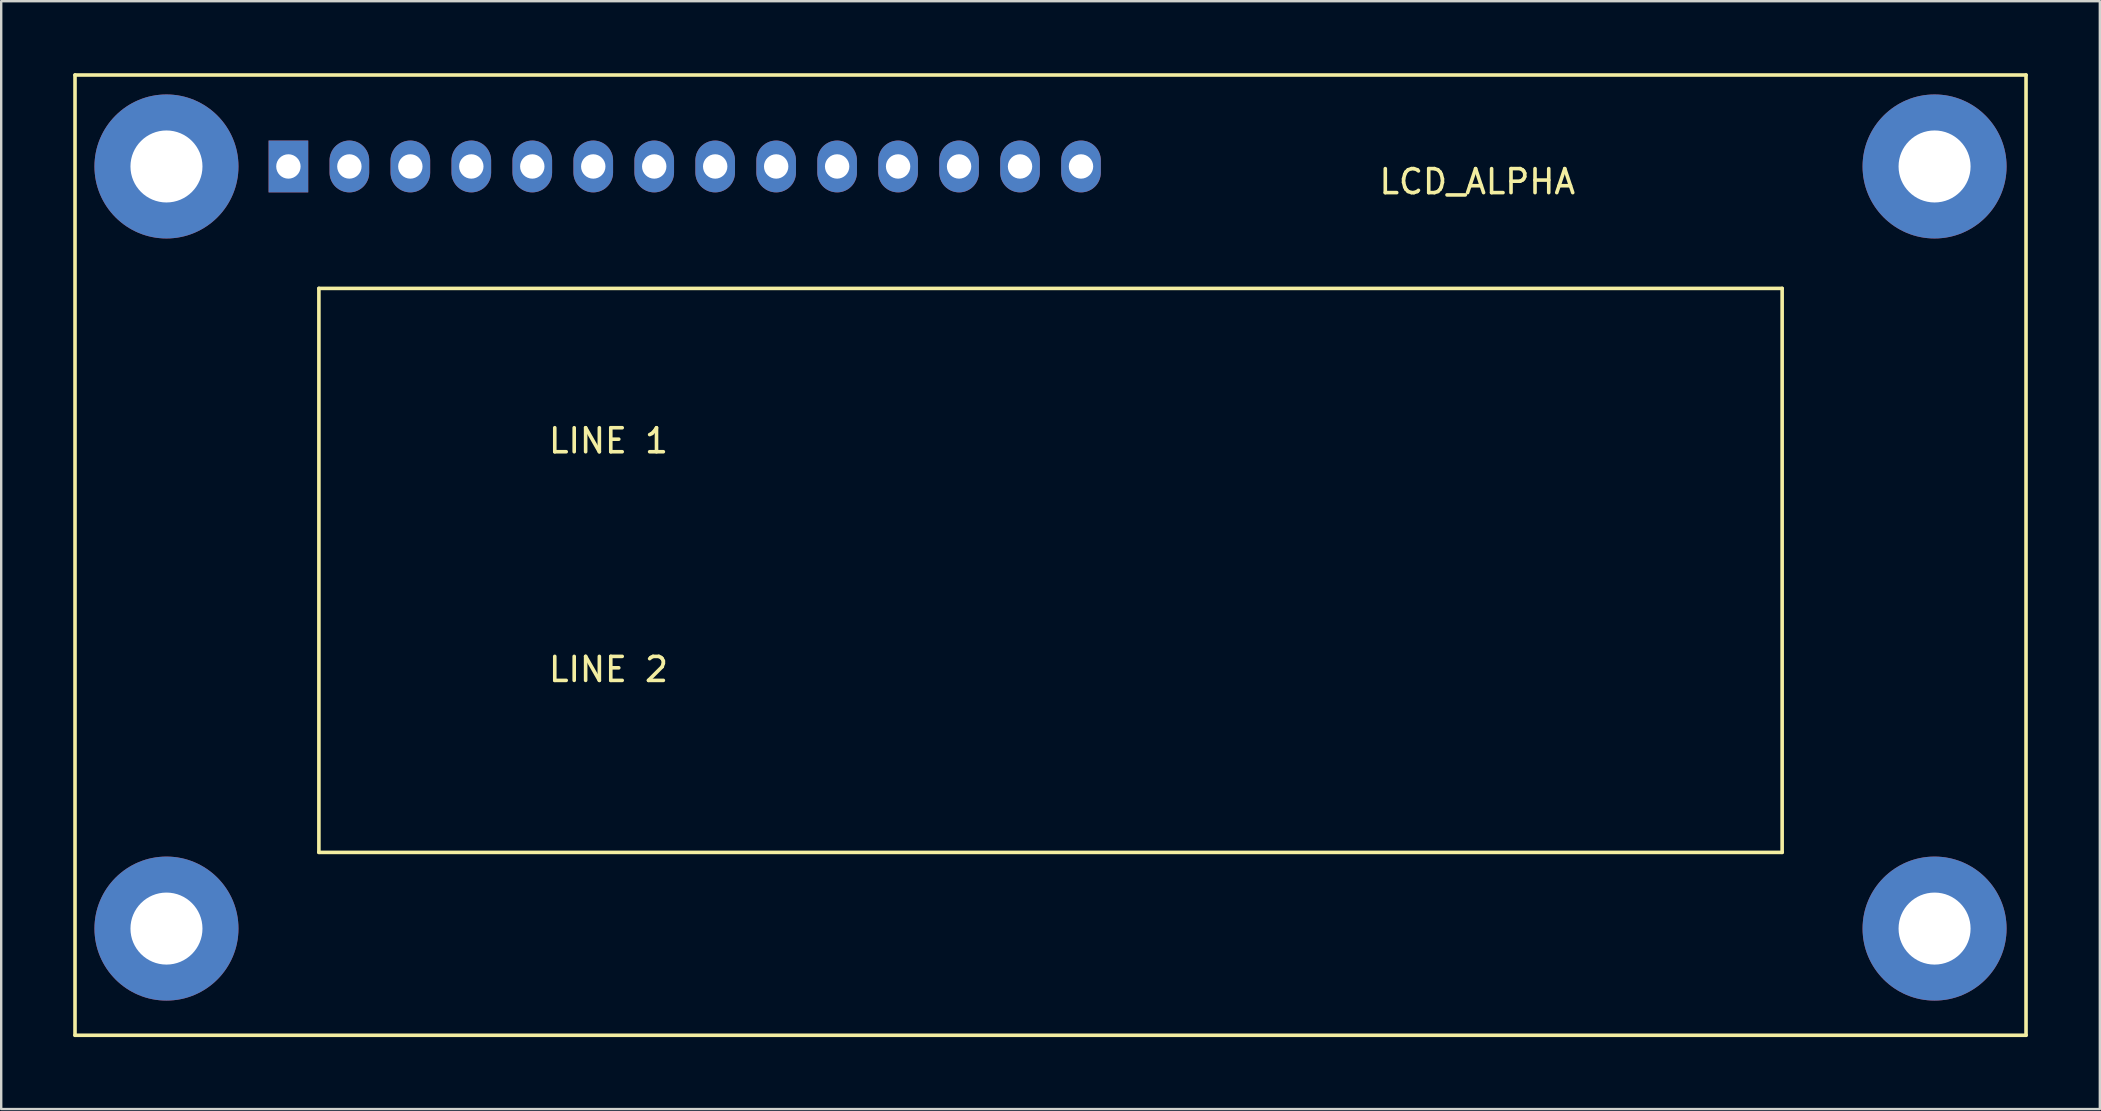
<source format=kicad_pcb>
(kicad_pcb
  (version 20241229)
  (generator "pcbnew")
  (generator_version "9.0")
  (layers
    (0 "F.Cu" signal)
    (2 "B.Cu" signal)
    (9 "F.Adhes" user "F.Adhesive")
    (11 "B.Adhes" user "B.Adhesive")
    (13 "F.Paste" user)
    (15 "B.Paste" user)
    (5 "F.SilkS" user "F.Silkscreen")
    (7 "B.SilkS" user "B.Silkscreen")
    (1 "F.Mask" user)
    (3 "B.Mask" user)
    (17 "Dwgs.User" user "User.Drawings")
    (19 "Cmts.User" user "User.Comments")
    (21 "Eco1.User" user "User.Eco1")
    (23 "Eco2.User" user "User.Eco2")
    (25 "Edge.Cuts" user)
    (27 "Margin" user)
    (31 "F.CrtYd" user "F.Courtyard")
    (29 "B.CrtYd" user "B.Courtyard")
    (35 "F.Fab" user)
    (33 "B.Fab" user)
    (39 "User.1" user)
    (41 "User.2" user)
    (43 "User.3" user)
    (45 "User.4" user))
  (footprint "LCD_ALPHA"
    (layer "F.Cu")
    (at 25.475 3.885)
    (property "Reference" "LCD_ALPHA" (at 33.02 0.635 0) (layer "F.SilkS") (effects (font (size 1 1) (thickness 0.15))))
    (attr through_hole)
    (fp_line (start -25.4 -3.81) (end 55.88 -3.81) (stroke (width 0.15) (type solid)) (layer "F.SilkS"))
    (fp_line (start -25.4 36.195) (end -25.4 -3.81) (stroke (width 0.15) (type solid)) (layer "F.SilkS"))
    (fp_line (start -15.24 5.08) (end 45.72 5.08) (stroke (width 0.15) (type solid)) (layer "F.SilkS"))
    (fp_line (start -15.24 28.575) (end -15.24 5.08) (stroke (width 0.15) (type solid)) (layer "F.SilkS"))
    (fp_line (start 45.72 5.08) (end 45.72 28.575) (stroke (width 0.15) (type solid)) (layer "F.SilkS"))
    (fp_line (start 45.72 28.575) (end -15.24 28.575) (stroke (width 0.15) (type solid)) (layer "F.SilkS"))
    (fp_line (start 55.88 -3.81) (end 55.88 36.195) (stroke (width 0.15) (type solid)) (layer "F.SilkS"))
    (fp_line (start 55.88 36.195) (end -25.4 36.195) (stroke (width 0.15) (type solid)) (layer "F.SilkS"))
    (fp_text user "LINE 1" (at -3.175 11.43 0) (layer "F.SilkS") (effects (font (size 1 1) (thickness 0.15))))
    (fp_text user "LINE 2" (at -3.175 20.955 0) (layer "F.SilkS") (effects (font (size 1 1) (thickness 0.15))))
    (pad "" thru_hole circle (at -21.59 0) (size 5.999 5.999) (drill 3) (layers "*.Cu" "*.Mask"))
    (pad "" thru_hole circle (at -21.59 31.75) (size 5.999 5.999) (drill 3) (layers "*.Cu" "*.Mask"))
    (pad "" thru_hole circle (at 52.07 0) (size 5.999 5.999) (drill 3) (layers "*.Cu" "*.Mask"))
    (pad "" thru_hole circle (at 52.07 31.75) (size 5.999 5.999) (drill 3) (layers "*.Cu" "*.Mask"))
    (pad "1" thru_hole rect (at -16.51 0) (size 1.651 2.159) (drill 1.016) (layers "*.Cu" "*.Mask"))
    (pad "2" thru_hole oval (at -13.97 0) (size 1.651 2.159) (drill 1.016) (layers "*.Cu" "*.Mask"))
    (pad "3" thru_hole oval (at -11.43 0) (size 1.651 2.159) (drill 1.016) (layers "*.Cu" "*.Mask"))
    (pad "4" thru_hole oval (at -8.89 0) (size 1.651 2.159) (drill 1.016) (layers "*.Cu" "*.Mask"))
    (pad "5" thru_hole oval (at -6.35 0) (size 1.651 2.159) (drill 1.016) (layers "*.Cu" "*.Mask"))
    (pad "6" thru_hole oval (at -3.81 0) (size 1.651 2.159) (drill 1.016) (layers "*.Cu" "*.Mask"))
    (pad "7" thru_hole oval (at -1.27 0) (size 1.651 2.159) (drill 1.016) (layers "*.Cu" "*.Mask"))
    (pad "8" thru_hole oval (at 1.27 0) (size 1.651 2.159) (drill 1.016) (layers "*.Cu" "*.Mask"))
    (pad "9" thru_hole oval (at 3.81 0) (size 1.651 2.159) (drill 1.016) (layers "*.Cu" "*.Mask"))
    (pad "10" thru_hole oval (at 6.35 0) (size 1.651 2.159) (drill 1.016) (layers "*.Cu" "*.Mask"))
    (pad "11" thru_hole oval (at 8.89 0) (size 1.651 2.159) (drill 1.016) (layers "*.Cu" "*.Mask"))
    (pad "12" thru_hole oval (at 11.43 0) (size 1.651 2.159) (drill 1.016) (layers "*.Cu" "*.Mask"))
    (pad "13" thru_hole oval (at 13.97 0) (size 1.651 2.159) (drill 1.016) (layers "*.Cu" "*.Mask"))
    (pad "14" thru_hole oval (at 16.51 0) (size 1.651 2.159) (drill 1.016) (layers "*.Cu" "*.Mask")))
  (gr_rect
    (start -3 -3)
    (end 84.43 43.155)
    (stroke (width 0.1) (type default))
    (fill no)
    (layer "Edge.Cuts")))
</source>
